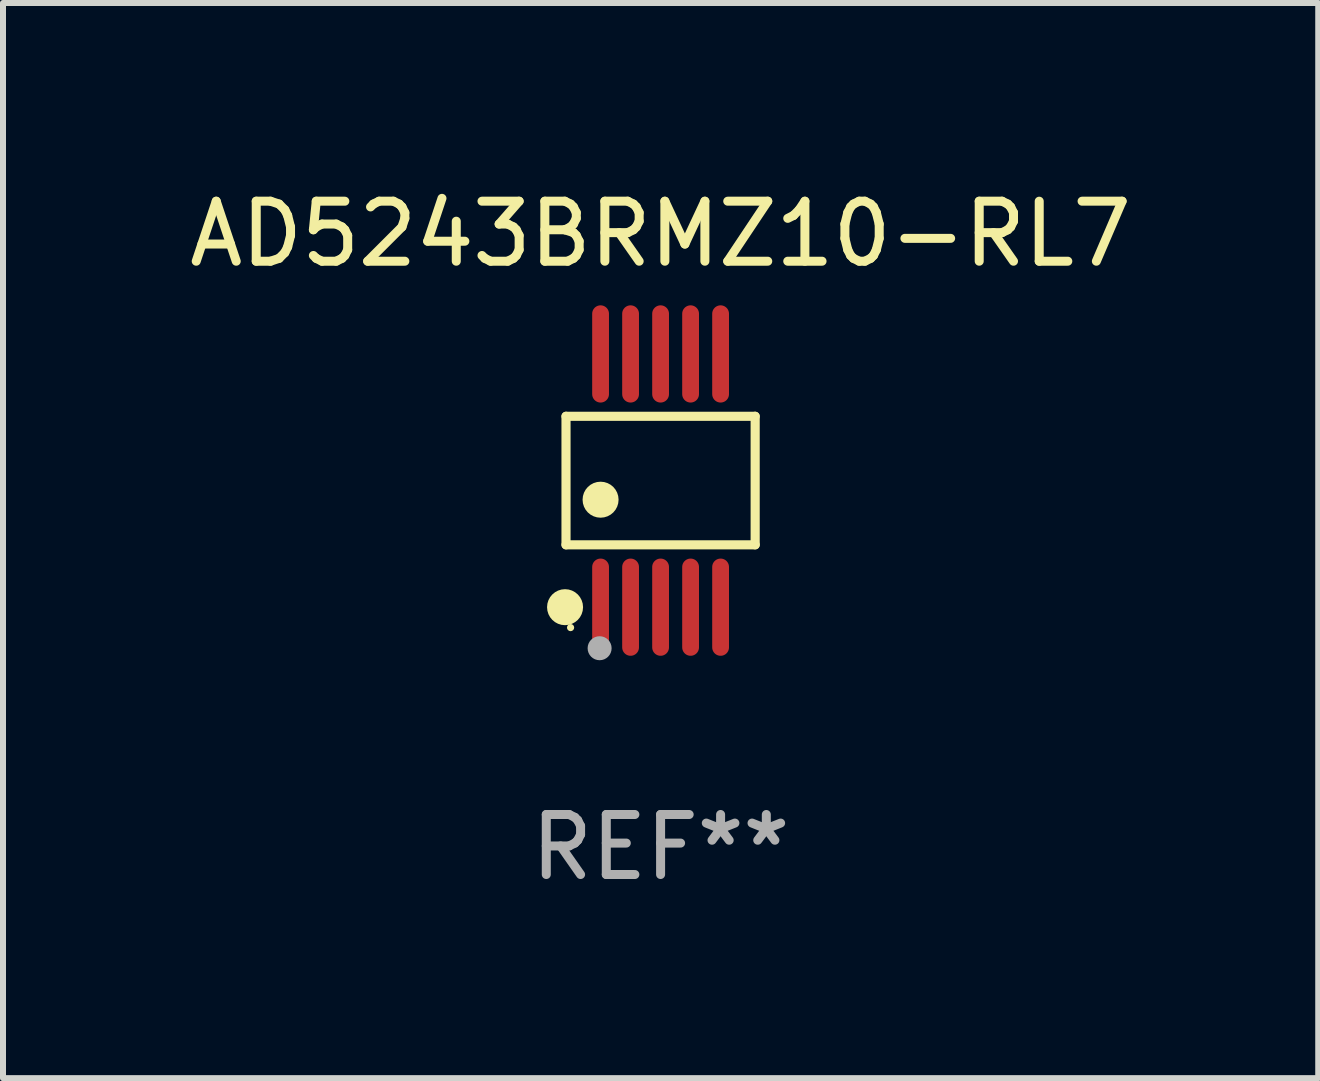
<source format=kicad_pcb>
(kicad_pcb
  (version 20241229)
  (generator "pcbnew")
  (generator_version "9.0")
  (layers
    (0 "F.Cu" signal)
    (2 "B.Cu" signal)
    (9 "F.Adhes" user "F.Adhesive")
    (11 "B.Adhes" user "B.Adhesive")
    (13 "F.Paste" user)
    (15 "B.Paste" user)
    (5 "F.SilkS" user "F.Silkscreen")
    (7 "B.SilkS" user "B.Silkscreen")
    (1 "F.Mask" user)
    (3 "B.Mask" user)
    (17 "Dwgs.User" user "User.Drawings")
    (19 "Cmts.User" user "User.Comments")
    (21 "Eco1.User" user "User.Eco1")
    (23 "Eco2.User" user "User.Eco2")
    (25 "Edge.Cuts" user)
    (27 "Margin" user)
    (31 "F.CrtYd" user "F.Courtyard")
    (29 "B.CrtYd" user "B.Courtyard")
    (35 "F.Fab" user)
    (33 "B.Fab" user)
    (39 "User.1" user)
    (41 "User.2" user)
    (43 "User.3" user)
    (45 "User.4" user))
  (footprint "AD5243BRMZ10-RL7"
    (layer "F.Cu")
    (at 7.958 4.958)
    (property "Reference" "AD5243BRMZ10-RL7" (at 0 -4.11 0) (layer "F.SilkS") (effects (font (size 1 1) (thickness 0.15))))
    (attr through_hole)
    (fp_line (start -1.576 -1.071) (end 1.576 -1.071) (stroke (width 0.152) (type solid)) (layer "F.SilkS"))
    (fp_line (start -1.576 1.071) (end -1.576 -1.071) (stroke (width 0.152) (type solid)) (layer "F.SilkS"))
    (fp_line (start 1.576 -1.071) (end 1.576 1.071) (stroke (width 0.152) (type solid)) (layer "F.SilkS"))
    (fp_line (start 1.576 1.071) (end -1.576 1.071) (stroke (width 0.152) (type solid)) (layer "F.SilkS"))
    (fp_circle (center -1.592 2.11) (end -1.442 2.11) (stroke (width 0.3) (type solid)) (fill no) (layer "F.SilkS"))
    (fp_circle (center -1.5 2.45) (end -1.47 2.45) (stroke (width 0.06) (type solid)) (fill no) (layer "F.SilkS"))
    (fp_circle (center -1 0.319) (end -0.85 0.319) (stroke (width 0.3) (type solid)) (fill no) (layer "F.SilkS"))
    (fp_circle (center -1.016 2.794) (end -0.916 2.794) (stroke (width 0.2) (type solid)) (fill no) (layer "F.Fab"))
    (fp_text user "REF**" (at 0 6.11 0) (layer "F.Fab") (effects (font (size 1 1) (thickness 0.15))))
    (pad "1" smd oval (at -1 2.11) (size 0.28 1.62) (layers "F.Cu" "F.Mask" "F.Paste"))
    (pad "2" smd oval (at -0.5 2.11) (size 0.28 1.62) (layers "F.Cu" "F.Mask" "F.Paste"))
    (pad "3" smd oval (at 0 2.11) (size 0.28 1.62) (layers "F.Cu" "F.Mask" "F.Paste"))
    (pad "4" smd oval (at 0.5 2.11) (size 0.28 1.62) (layers "F.Cu" "F.Mask" "F.Paste"))
    (pad "5" smd oval (at 1 2.11) (size 0.28 1.62) (layers "F.Cu" "F.Mask" "F.Paste"))
    (pad "6" smd oval (at 1 -2.11) (size 0.28 1.62) (layers "F.Cu" "F.Mask" "F.Paste"))
    (pad "7" smd oval (at 0.5 -2.11) (size 0.28 1.62) (layers "F.Cu" "F.Mask" "F.Paste"))
    (pad "8" smd oval (at 0 -2.11) (size 0.28 1.62) (layers "F.Cu" "F.Mask" "F.Paste"))
    (pad "9" smd oval (at -0.5 -2.11) (size 0.28 1.62) (layers "F.Cu" "F.Mask" "F.Paste"))
    (pad "10" smd oval (at -1 -2.11) (size 0.28 1.62) (layers "F.Cu" "F.Mask" "F.Paste")))
  (gr_rect
    (start -3 -3)
    (end 18.917 14.916)
    (stroke (width 0.1) (type default))
    (fill no)
    (layer "Edge.Cuts")))
</source>
